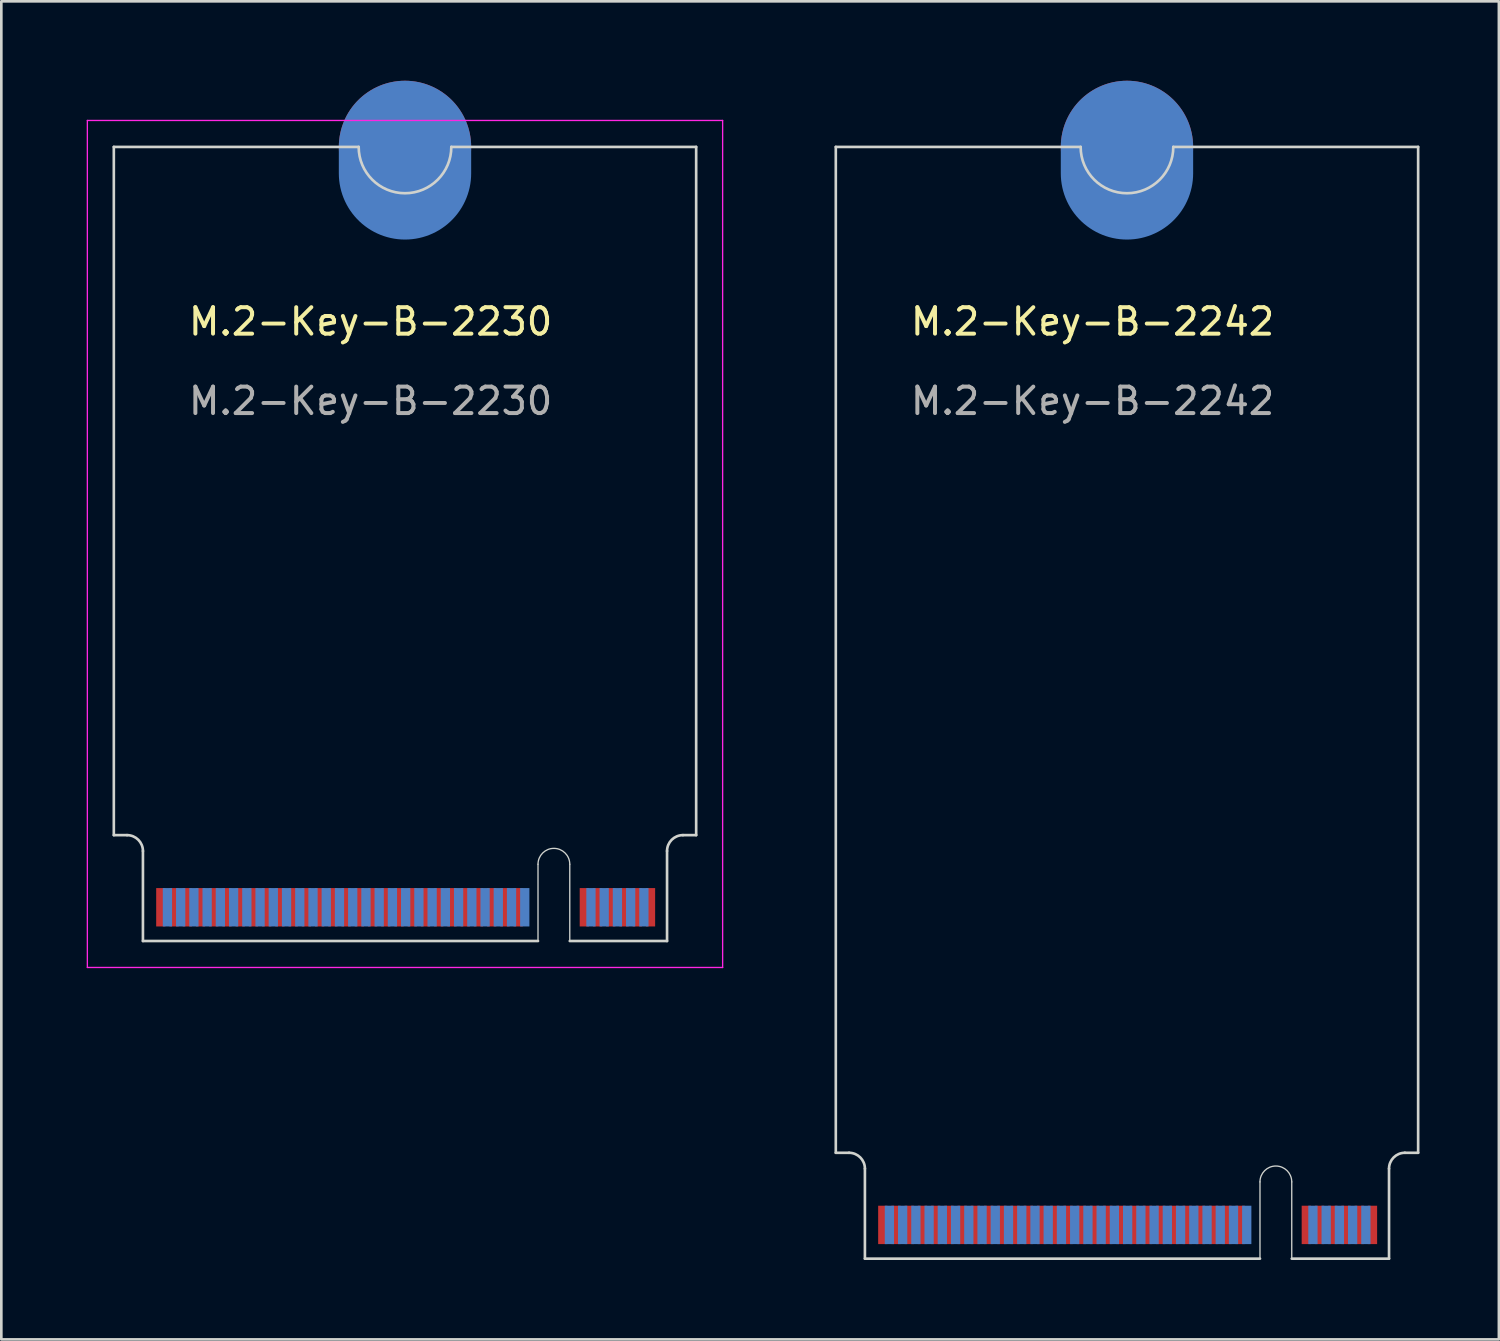
<source format=kicad_pcb>
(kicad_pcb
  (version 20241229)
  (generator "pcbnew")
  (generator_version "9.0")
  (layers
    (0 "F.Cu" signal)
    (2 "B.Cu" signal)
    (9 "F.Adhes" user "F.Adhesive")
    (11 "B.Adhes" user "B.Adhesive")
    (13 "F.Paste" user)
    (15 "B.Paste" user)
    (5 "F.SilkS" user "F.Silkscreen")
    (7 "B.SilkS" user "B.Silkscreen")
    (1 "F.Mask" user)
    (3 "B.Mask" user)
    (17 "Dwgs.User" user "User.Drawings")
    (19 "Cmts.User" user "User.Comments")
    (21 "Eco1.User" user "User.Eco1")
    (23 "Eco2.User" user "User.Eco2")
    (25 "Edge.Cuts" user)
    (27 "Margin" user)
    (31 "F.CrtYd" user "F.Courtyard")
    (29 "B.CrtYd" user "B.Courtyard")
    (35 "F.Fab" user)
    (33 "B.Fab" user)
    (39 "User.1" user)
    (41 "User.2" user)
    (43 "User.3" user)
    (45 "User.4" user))
  (footprint "M.2-Key-B-2242"
    (layer "F.Cu")
    (at 27.525 1.5)
    (property "Reference" "M.2-Key-B-2242" (at 10.7 7.6 0) (unlocked yes) (layer "F.SilkS") (effects (font (size 1 1) (thickness 0.15))))
    (attr exclude_from_pos_files exclude_from_bom allow_missing_courtyard)
    (fp_line (start 1 1) (end 1 39) (stroke (width 0.1) (type default)) (layer "Edge.Cuts"))
    (fp_line (start 1 1) (end 10.25 1) (stroke (width 0.1) (type default)) (layer "Edge.Cuts"))
    (fp_line (start 1 39) (end 1.5 39) (stroke (width 0.1) (type default)) (layer "Edge.Cuts"))
    (fp_line (start 2.1 39.6) (end 2.1 43) (stroke (width 0.1) (type default)) (layer "Edge.Cuts"))
    (fp_line (start 2.1 43) (end 17.025 43) (stroke (width 0.1) (type default)) (layer "Edge.Cuts"))
    (fp_line (start 17.025 43) (end 17.025 40.1) (stroke (width 0.05) (type default)) (layer "Edge.Cuts"))
    (fp_line (start 18.225 40.1) (end 18.225 43) (stroke (width 0.05) (type default)) (layer "Edge.Cuts"))
    (fp_line (start 18.225 43) (end 21.9 43) (stroke (width 0.1) (type default)) (layer "Edge.Cuts"))
    (fp_line (start 21.9 39.6) (end 21.9 43) (stroke (width 0.1) (type default)) (layer "Edge.Cuts"))
    (fp_line (start 23 1) (end 13.75 1) (stroke (width 0.1) (type default)) (layer "Edge.Cuts"))
    (fp_line (start 23 1) (end 23 39) (stroke (width 0.1) (type default)) (layer "Edge.Cuts"))
    (fp_line (start 23 39) (end 22.5 39) (stroke (width 0.1) (type default)) (layer "Edge.Cuts"))
    (fp_arc (start 1.5 39) (mid 1.924264 39.175736) (end 2.1 39.6) (stroke (width 0.1) (type default)) (layer "Edge.Cuts"))
    (fp_arc (start 13.75 1) (mid 12 2.75) (end 10.25 1) (stroke (width 0.1) (type default)) (layer "Edge.Cuts"))
    (fp_arc (start 17.025 40.1) (mid 17.625 39.5) (end 18.225 40.1) (stroke (width 0.05) (type default)) (layer "Edge.Cuts"))
    (fp_arc (start 21.9 39.6) (mid 22.075736 39.175736) (end 22.5 39) (stroke (width 0.1) (type default)) (layer "Edge.Cuts"))
    (fp_text user "${REFERENCE}" (at 10.7 10.6 0) (unlocked yes) (layer "F.Fab") (effects (font (size 1 1) (thickness 0.15))))
    (pad "1" connect rect (at 21.275 41.725) (size 0.35 1.45) (layers "F.Cu" "F.Mask"))
    (pad "2" connect rect (at 21.025 41.725) (size 0.35 1.45) (layers "B.Cu" "B.Mask"))
    (pad "3" connect rect (at 20.775 41.725) (size 0.35 1.45) (layers "F.Cu" "F.Mask"))
    (pad "4" connect rect (at 20.525 41.725) (size 0.35 1.45) (layers "B.Cu" "B.Mask"))
    (pad "5" connect rect (at 20.275 41.725) (size 0.35 1.45) (layers "F.Cu" "F.Mask"))
    (pad "6" connect rect (at 20.025 41.725) (size 0.35 1.45) (layers "B.Cu" "B.Mask"))
    (pad "7" connect rect (at 19.775 41.725) (size 0.35 1.45) (layers "F.Cu" "F.Mask"))
    (pad "8" connect rect (at 19.525 41.725) (size 0.35 1.45) (layers "B.Cu" "B.Mask"))
    (pad "9" connect rect (at 19.275 41.725) (size 0.35 1.45) (layers "F.Cu" "F.Mask"))
    (pad "10" connect rect (at 19.025 41.725) (size 0.35 1.45) (layers "B.Cu" "B.Mask"))
    (pad "11" connect rect (at 18.775 41.725) (size 0.35 1.45) (layers "F.Cu" "F.Mask"))
    (pad "20" connect rect (at 16.525 41.725) (size 0.35 1.45) (layers "B.Cu" "B.Mask"))
    (pad "21" connect rect (at 16.275 41.725) (size 0.35 1.45) (layers "F.Cu" "F.Mask"))
    (pad "22" connect rect (at 16.025 41.725) (size 0.35 1.45) (layers "B.Cu" "B.Mask"))
    (pad "23" connect rect (at 15.775 41.725) (size 0.35 1.45) (layers "F.Cu" "F.Mask"))
    (pad "24" connect rect (at 15.525 41.725) (size 0.35 1.45) (layers "B.Cu" "B.Mask"))
    (pad "25" connect rect (at 15.275 41.725) (size 0.35 1.45) (layers "F.Cu" "F.Mask"))
    (pad "26" connect rect (at 15.025 41.725) (size 0.35 1.45) (layers "B.Cu" "B.Mask"))
    (pad "27" connect rect (at 14.775 41.725) (size 0.35 1.45) (layers "F.Cu" "F.Mask"))
    (pad "28" connect rect (at 14.525 41.725) (size 0.35 1.45) (layers "B.Cu" "B.Mask"))
    (pad "29" connect rect (at 14.275 41.725) (size 0.35 1.45) (layers "F.Cu" "F.Mask"))
    (pad "30" connect rect (at 14.025 41.725) (size 0.35 1.45) (layers "B.Cu" "B.Mask"))
    (pad "31" connect rect (at 13.775 41.725) (size 0.35 1.45) (layers "F.Cu" "F.Mask"))
    (pad "32" connect rect (at 13.525 41.725) (size 0.35 1.45) (layers "B.Cu" "B.Mask"))
    (pad "33" connect rect (at 13.275 41.725) (size 0.35 1.45) (layers "F.Cu" "F.Mask"))
    (pad "34" connect rect (at 13.025 41.725) (size 0.35 1.45) (layers "B.Cu" "B.Mask"))
    (pad "35" connect rect (at 12.775 41.725) (size 0.35 1.45) (layers "F.Cu" "F.Mask"))
    (pad "36" connect rect (at 12.525 41.725) (size 0.35 1.45) (layers "B.Cu" "B.Mask"))
    (pad "37" connect rect (at 12.275 41.725) (size 0.35 1.45) (layers "F.Cu" "F.Mask"))
    (pad "38" connect rect (at 12.025 41.725) (size 0.35 1.45) (layers "B.Cu" "B.Mask"))
    (pad "39" connect rect (at 11.775 41.725) (size 0.35 1.45) (layers "F.Cu" "F.Mask"))
    (pad "40" connect rect (at 11.525 41.725) (size 0.35 1.45) (layers "B.Cu" "B.Mask"))
    (pad "41" connect rect (at 11.275 41.725) (size 0.35 1.45) (layers "F.Cu" "F.Mask"))
    (pad "42" connect rect (at 11.025 41.725) (size 0.35 1.45) (layers "B.Cu" "B.Mask"))
    (pad "43" connect rect (at 10.775 41.725) (size 0.35 1.45) (layers "F.Cu" "F.Mask"))
    (pad "44" connect rect (at 10.525 41.725) (size 0.35 1.45) (layers "B.Cu" "B.Mask"))
    (pad "45" connect rect (at 10.275 41.725) (size 0.35 1.45) (layers "F.Cu" "F.Mask"))
    (pad "46" connect rect (at 10.025 41.725) (size 0.35 1.45) (layers "B.Cu" "B.Mask"))
    (pad "47" connect rect (at 9.775 41.725) (size 0.35 1.45) (layers "F.Cu" "F.Mask"))
    (pad "48" connect rect (at 9.525 41.725) (size 0.35 1.45) (layers "B.Cu" "B.Mask"))
    (pad "49" connect rect (at 9.275 41.725) (size 0.35 1.45) (layers "F.Cu" "F.Mask"))
    (pad "50" connect rect (at 9.025 41.725) (size 0.35 1.45) (layers "B.Cu" "B.Mask"))
    (pad "51" connect rect (at 8.775 41.725) (size 0.35 1.45) (layers "F.Cu" "F.Mask"))
    (pad "52" connect rect (at 8.525 41.725) (size 0.35 1.45) (layers "B.Cu" "B.Mask"))
    (pad "53" connect rect (at 8.275 41.725) (size 0.35 1.45) (layers "F.Cu" "F.Mask"))
    (pad "54" connect rect (at 8.025 41.725) (size 0.35 1.45) (layers "B.Cu" "B.Mask"))
    (pad "55" connect rect (at 7.775 41.725) (size 0.35 1.45) (layers "F.Cu" "F.Mask"))
    (pad "56" connect rect (at 7.525 41.725) (size 0.35 1.45) (layers "B.Cu" "B.Mask"))
    (pad "57" connect rect (at 7.275 41.725) (size 0.35 1.45) (layers "F.Cu" "F.Mask"))
    (pad "58" connect rect (at 7.025 41.725) (size 0.35 1.45) (layers "B.Cu" "B.Mask"))
    (pad "59" connect rect (at 6.775 41.725) (size 0.35 1.45) (layers "F.Cu" "F.Mask"))
    (pad "60" connect rect (at 6.525 41.725) (size 0.35 1.45) (layers "B.Cu" "B.Mask"))
    (pad "61" connect rect (at 6.275 41.725) (size 0.35 1.45) (layers "F.Cu" "F.Mask"))
    (pad "62" connect rect (at 6.025 41.725) (size 0.35 1.45) (layers "B.Cu" "B.Mask"))
    (pad "63" connect rect (at 5.775 41.725) (size 0.35 1.45) (layers "F.Cu" "F.Mask"))
    (pad "64" connect rect (at 5.525 41.725) (size 0.35 1.45) (layers "B.Cu" "B.Mask"))
    (pad "65" connect rect (at 5.275 41.725) (size 0.35 1.45) (layers "F.Cu" "F.Mask"))
    (pad "66" connect rect (at 5.025 41.725) (size 0.35 1.45) (layers "B.Cu" "B.Mask"))
    (pad "67" connect rect (at 4.775 41.725) (size 0.35 1.45) (layers "F.Cu" "F.Mask"))
    (pad "68" connect rect (at 4.525 41.725) (size 0.35 1.45) (layers "B.Cu" "B.Mask"))
    (pad "69" connect rect (at 4.275 41.725) (size 0.35 1.45) (layers "F.Cu" "F.Mask"))
    (pad "70" connect rect (at 4.025 41.725) (size 0.35 1.45) (layers "B.Cu" "B.Mask"))
    (pad "71" connect rect (at 3.775 41.725) (size 0.35 1.45) (layers "F.Cu" "F.Mask"))
    (pad "72" connect rect (at 3.525 41.725) (size 0.35 1.45) (layers "B.Cu" "B.Mask"))
    (pad "73" connect rect (at 3.275 41.725) (size 0.35 1.45) (layers "F.Cu" "F.Mask"))
    (pad "74" connect rect (at 3.025 41.725) (size 0.35 1.45) (layers "B.Cu" "B.Mask"))
    (pad "75" connect rect (at 2.775 41.725) (size 0.35 1.45) (layers "F.Cu" "F.Mask"))
    (pad "76" connect circle (at 12 1) (size 5 5) (layers "F.Cu" "F.Mask"))
    (pad "76" connect oval (at 12 1.5) (size 5 6) (layers "B.Cu" "B.Mask"))
    (zone (net_name "") (layer "F.Cu") (name "TOP COMPONENT KEEPOUT") (hatch edge 0.5) (connect_pads) (min_thickness 0.25) (filled_areas_thickness no) (keepout (tracks allowed) (vias allowed) (pads allowed) (copperpour allowed) (footprints not_allowed)) (placement (enabled no)) (fill) (polygon (pts (xy 29.625 44.5) (xy 29.625 40.5) (xy 49.425 40.5) (xy 49.425 44.5))))
    (zone (net_name "") (layer "B.Cu") (name "BOTTOM COMPONENT KEEPOUT") (hatch edge 0.5) (connect_pads) (min_thickness 0.25) (filled_areas_thickness no) (keepout (tracks allowed) (vias allowed) (pads allowed) (copperpour allowed) (footprints not_allowed)) (placement (enabled no)) (fill) (polygon (pts (xy 29.625 44.5) (xy 49.425 44.5) (xy 49.425 40.5) (xy 50.525 40.5) (xy 50.525 39.3) (xy 28.525 39.3) (xy 28.525 40.5) (xy 29.625 40.5)))))
  (footprint "M.2-Key-B-2230"
    (layer "F.Cu")
    (at 0.25 1.5)
    (property "Reference" "M.2-Key-B-2230" (at 10.7 7.6 0) (unlocked yes) (layer "F.SilkS") (effects (font (size 1 1) (thickness 0.15))))
    (attr exclude_from_pos_files exclude_from_bom allow_missing_courtyard)
    (fp_line (start 1 1) (end 1 27) (stroke (width 0.1) (type default)) (layer "Edge.Cuts"))
    (fp_line (start 1 1) (end 10.25 1) (stroke (width 0.1) (type default)) (layer "Edge.Cuts"))
    (fp_line (start 1 27) (end 1.5 27) (stroke (width 0.1) (type default)) (layer "Edge.Cuts"))
    (fp_line (start 2.1 27.6) (end 2.1 31) (stroke (width 0.1) (type default)) (layer "Edge.Cuts"))
    (fp_line (start 2.1 31) (end 17.025 31) (stroke (width 0.1) (type default)) (layer "Edge.Cuts"))
    (fp_line (start 17.025 31) (end 17.025 28.1) (stroke (width 0.05) (type default)) (layer "Edge.Cuts"))
    (fp_line (start 18.225 28.1) (end 18.225 31) (stroke (width 0.05) (type default)) (layer "Edge.Cuts"))
    (fp_line (start 18.225 31) (end 21.9 31) (stroke (width 0.1) (type default)) (layer "Edge.Cuts"))
    (fp_line (start 21.9 27.6) (end 21.9 31) (stroke (width 0.1) (type default)) (layer "Edge.Cuts"))
    (fp_line (start 23 1) (end 13.75 1) (stroke (width 0.1) (type default)) (layer "Edge.Cuts"))
    (fp_line (start 23 1) (end 23 27) (stroke (width 0.1) (type default)) (layer "Edge.Cuts"))
    (fp_line (start 23 27) (end 22.5 27) (stroke (width 0.1) (type default)) (layer "Edge.Cuts"))
    (fp_arc (start 1.5 27) (mid 1.924264 27.175736) (end 2.1 27.6) (stroke (width 0.1) (type default)) (layer "Edge.Cuts"))
    (fp_arc (start 13.75 1) (mid 12 2.75) (end 10.25 1) (stroke (width 0.1) (type default)) (layer "Edge.Cuts"))
    (fp_arc (start 17.025 28.1) (mid 17.625 27.5) (end 18.225 28.1) (stroke (width 0.05) (type default)) (layer "Edge.Cuts"))
    (fp_arc (start 21.9 27.6) (mid 22.075736 27.175736) (end 22.5 27) (stroke (width 0.1) (type default)) (layer "Edge.Cuts"))
    (fp_line (start 0 0) (end 0 32) (stroke (width 0.05) (type default)) (layer "F.CrtYd"))
    (fp_line (start 0 32) (end 24 32) (stroke (width 0.05) (type default)) (layer "F.CrtYd"))
    (fp_line (start 24 0) (end 0 0) (stroke (width 0.05) (type default)) (layer "F.CrtYd"))
    (fp_line (start 24 32) (end 24 0) (stroke (width 0.05) (type default)) (layer "F.CrtYd"))
    (fp_text user "${REFERENCE}" (at 10.7 10.6 0) (unlocked yes) (layer "F.Fab") (effects (font (size 1 1) (thickness 0.15))))
    (pad "1" connect rect (at 21.275 29.725) (size 0.35 1.45) (layers "F.Cu" "F.Mask"))
    (pad "2" connect rect (at 21.025 29.725) (size 0.35 1.45) (layers "B.Cu" "B.Mask"))
    (pad "3" connect rect (at 20.775 29.725) (size 0.35 1.45) (layers "F.Cu" "F.Mask"))
    (pad "4" connect rect (at 20.525 29.725) (size 0.35 1.45) (layers "B.Cu" "B.Mask"))
    (pad "5" connect rect (at 20.275 29.725) (size 0.35 1.45) (layers "F.Cu" "F.Mask"))
    (pad "6" connect rect (at 20.025 29.725) (size 0.35 1.45) (layers "B.Cu" "B.Mask"))
    (pad "7" connect rect (at 19.775 29.725) (size 0.35 1.45) (layers "F.Cu" "F.Mask"))
    (pad "8" connect rect (at 19.525 29.725) (size 0.35 1.45) (layers "B.Cu" "B.Mask"))
    (pad "9" connect rect (at 19.275 29.725) (size 0.35 1.45) (layers "F.Cu" "F.Mask"))
    (pad "10" connect rect (at 19.025 29.725) (size 0.35 1.45) (layers "B.Cu" "B.Mask"))
    (pad "11" connect rect (at 18.775 29.725) (size 0.35 1.45) (layers "F.Cu" "F.Mask"))
    (pad "20" connect rect (at 16.525 29.725) (size 0.35 1.45) (layers "B.Cu" "B.Mask"))
    (pad "21" connect rect (at 16.275 29.725) (size 0.35 1.45) (layers "F.Cu" "F.Mask"))
    (pad "22" connect rect (at 16.025 29.725) (size 0.35 1.45) (layers "B.Cu" "B.Mask"))
    (pad "23" connect rect (at 15.775 29.725) (size 0.35 1.45) (layers "F.Cu" "F.Mask"))
    (pad "24" connect rect (at 15.525 29.725) (size 0.35 1.45) (layers "B.Cu" "B.Mask"))
    (pad "25" connect rect (at 15.275 29.725) (size 0.35 1.45) (layers "F.Cu" "F.Mask"))
    (pad "26" connect rect (at 15.025 29.725) (size 0.35 1.45) (layers "B.Cu" "B.Mask"))
    (pad "27" connect rect (at 14.775 29.725) (size 0.35 1.45) (layers "F.Cu" "F.Mask"))
    (pad "28" connect rect (at 14.525 29.725) (size 0.35 1.45) (layers "B.Cu" "B.Mask"))
    (pad "29" connect rect (at 14.275 29.725) (size 0.35 1.45) (layers "F.Cu" "F.Mask"))
    (pad "30" connect rect (at 14.025 29.725) (size 0.35 1.45) (layers "B.Cu" "B.Mask"))
    (pad "31" connect rect (at 13.775 29.725) (size 0.35 1.45) (layers "F.Cu" "F.Mask"))
    (pad "32" connect rect (at 13.525 29.725) (size 0.35 1.45) (layers "B.Cu" "B.Mask"))
    (pad "33" connect rect (at 13.275 29.725) (size 0.35 1.45) (layers "F.Cu" "F.Mask"))
    (pad "34" connect rect (at 13.025 29.725) (size 0.35 1.45) (layers "B.Cu" "B.Mask"))
    (pad "35" connect rect (at 12.775 29.725) (size 0.35 1.45) (layers "F.Cu" "F.Mask"))
    (pad "36" connect rect (at 12.525 29.725) (size 0.35 1.45) (layers "B.Cu" "B.Mask"))
    (pad "37" connect rect (at 12.275 29.725) (size 0.35 1.45) (layers "F.Cu" "F.Mask"))
    (pad "38" connect rect (at 12.025 29.725) (size 0.35 1.45) (layers "B.Cu" "B.Mask"))
    (pad "39" connect rect (at 11.775 29.725) (size 0.35 1.45) (layers "F.Cu" "F.Mask"))
    (pad "40" connect rect (at 11.525 29.725) (size 0.35 1.45) (layers "B.Cu" "B.Mask"))
    (pad "41" connect rect (at 11.275 29.725) (size 0.35 1.45) (layers "F.Cu" "F.Mask"))
    (pad "42" connect rect (at 11.025 29.725) (size 0.35 1.45) (layers "B.Cu" "B.Mask"))
    (pad "43" connect rect (at 10.775 29.725) (size 0.35 1.45) (layers "F.Cu" "F.Mask"))
    (pad "44" connect rect (at 10.525 29.725) (size 0.35 1.45) (layers "B.Cu" "B.Mask"))
    (pad "45" connect rect (at 10.275 29.725) (size 0.35 1.45) (layers "F.Cu" "F.Mask"))
    (pad "46" connect rect (at 10.025 29.725) (size 0.35 1.45) (layers "B.Cu" "B.Mask"))
    (pad "47" connect rect (at 9.775 29.725) (size 0.35 1.45) (layers "F.Cu" "F.Mask"))
    (pad "48" connect rect (at 9.525 29.725) (size 0.35 1.45) (layers "B.Cu" "B.Mask"))
    (pad "49" connect rect (at 9.275 29.725) (size 0.35 1.45) (layers "F.Cu" "F.Mask"))
    (pad "50" connect rect (at 9.025 29.725) (size 0.35 1.45) (layers "B.Cu" "B.Mask"))
    (pad "51" connect rect (at 8.775 29.725) (size 0.35 1.45) (layers "F.Cu" "F.Mask"))
    (pad "52" connect rect (at 8.525 29.725) (size 0.35 1.45) (layers "B.Cu" "B.Mask"))
    (pad "53" connect rect (at 8.275 29.725) (size 0.35 1.45) (layers "F.Cu" "F.Mask"))
    (pad "54" connect rect (at 8.025 29.725) (size 0.35 1.45) (layers "B.Cu" "B.Mask"))
    (pad "55" connect rect (at 7.775 29.725) (size 0.35 1.45) (layers "F.Cu" "F.Mask"))
    (pad "56" connect rect (at 7.525 29.725) (size 0.35 1.45) (layers "B.Cu" "B.Mask"))
    (pad "57" connect rect (at 7.275 29.725) (size 0.35 1.45) (layers "F.Cu" "F.Mask"))
    (pad "58" connect rect (at 7.025 29.725) (size 0.35 1.45) (layers "B.Cu" "B.Mask"))
    (pad "59" connect rect (at 6.775 29.725) (size 0.35 1.45) (layers "F.Cu" "F.Mask"))
    (pad "60" connect rect (at 6.525 29.725) (size 0.35 1.45) (layers "B.Cu" "B.Mask"))
    (pad "61" connect rect (at 6.275 29.725) (size 0.35 1.45) (layers "F.Cu" "F.Mask"))
    (pad "62" connect rect (at 6.025 29.725) (size 0.35 1.45) (layers "B.Cu" "B.Mask"))
    (pad "63" connect rect (at 5.775 29.725) (size 0.35 1.45) (layers "F.Cu" "F.Mask"))
    (pad "64" connect rect (at 5.525 29.725) (size 0.35 1.45) (layers "B.Cu" "B.Mask"))
    (pad "65" connect rect (at 5.275 29.725) (size 0.35 1.45) (layers "F.Cu" "F.Mask"))
    (pad "66" connect rect (at 5.025 29.725) (size 0.35 1.45) (layers "B.Cu" "B.Mask"))
    (pad "67" connect rect (at 4.775 29.725) (size 0.35 1.45) (layers "F.Cu" "F.Mask"))
    (pad "68" connect rect (at 4.525 29.725) (size 0.35 1.45) (layers "B.Cu" "B.Mask"))
    (pad "69" connect rect (at 4.275 29.725) (size 0.35 1.45) (layers "F.Cu" "F.Mask"))
    (pad "70" connect rect (at 4.025 29.725) (size 0.35 1.45) (layers "B.Cu" "B.Mask"))
    (pad "71" connect rect (at 3.775 29.725) (size 0.35 1.45) (layers "F.Cu" "F.Mask"))
    (pad "72" connect rect (at 3.525 29.725) (size 0.35 1.45) (layers "B.Cu" "B.Mask"))
    (pad "73" connect rect (at 3.275 29.725) (size 0.35 1.45) (layers "F.Cu" "F.Mask"))
    (pad "74" connect rect (at 3.025 29.725) (size 0.35 1.45) (layers "B.Cu" "B.Mask"))
    (pad "75" connect rect (at 2.775 29.725) (size 0.35 1.45) (layers "F.Cu" "F.Mask"))
    (pad "76" connect circle (at 12 1) (size 5 5) (layers "F.Cu" "F.Mask"))
    (pad "76" connect oval (at 12 1.5) (size 5 6) (layers "B.Cu" "B.Mask"))
    (zone (net_name "") (layer "F.Cu") (name "TOP COMPONENT KEEPOUT") (hatch edge 0.5) (connect_pads) (min_thickness 0.25) (filled_areas_thickness no) (keepout (tracks allowed) (vias allowed) (pads allowed) (copperpour allowed) (footprints not_allowed)) (placement (enabled no)) (fill) (polygon (pts (xy 2.35 32.5) (xy 2.35 28.5) (xy 22.15 28.5) (xy 22.15 32.5)))))
  (gr_rect
    (start -3 -3)
    (end 53.575 47.55)
    (stroke (width 0.1) (type default))
    (fill no)
    (layer "Edge.Cuts")))
</source>
